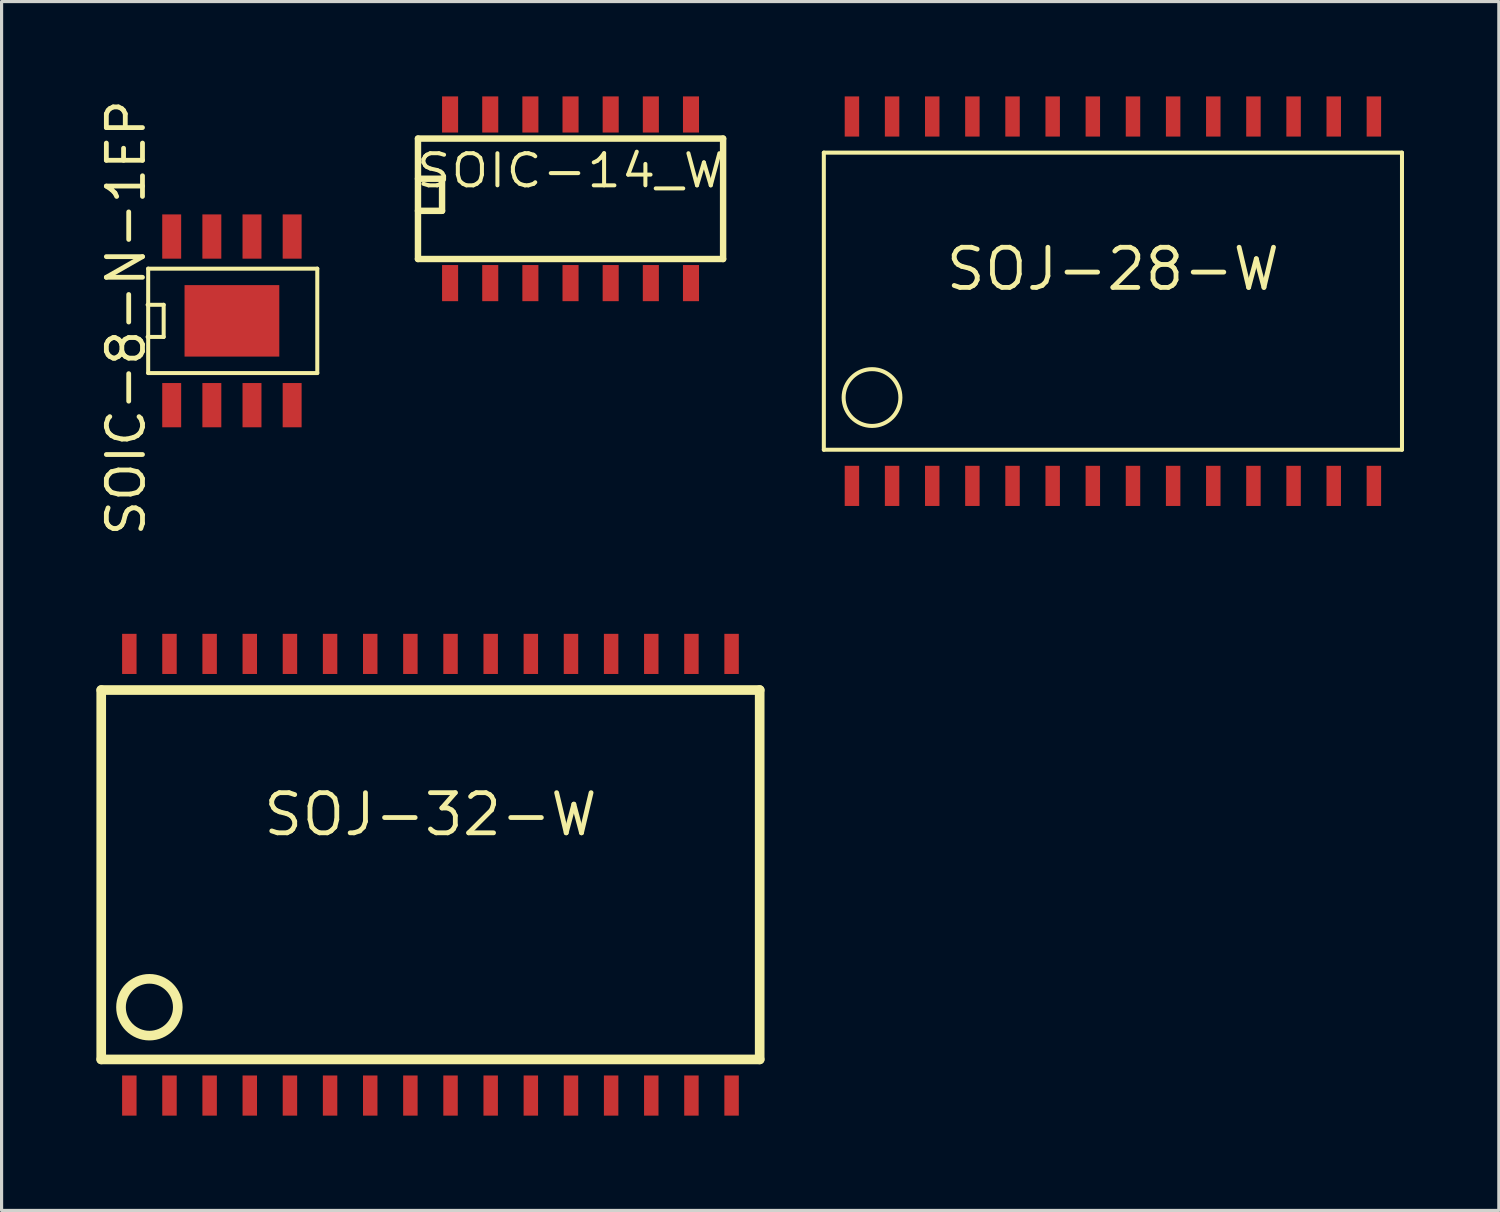
<source format=kicad_pcb>
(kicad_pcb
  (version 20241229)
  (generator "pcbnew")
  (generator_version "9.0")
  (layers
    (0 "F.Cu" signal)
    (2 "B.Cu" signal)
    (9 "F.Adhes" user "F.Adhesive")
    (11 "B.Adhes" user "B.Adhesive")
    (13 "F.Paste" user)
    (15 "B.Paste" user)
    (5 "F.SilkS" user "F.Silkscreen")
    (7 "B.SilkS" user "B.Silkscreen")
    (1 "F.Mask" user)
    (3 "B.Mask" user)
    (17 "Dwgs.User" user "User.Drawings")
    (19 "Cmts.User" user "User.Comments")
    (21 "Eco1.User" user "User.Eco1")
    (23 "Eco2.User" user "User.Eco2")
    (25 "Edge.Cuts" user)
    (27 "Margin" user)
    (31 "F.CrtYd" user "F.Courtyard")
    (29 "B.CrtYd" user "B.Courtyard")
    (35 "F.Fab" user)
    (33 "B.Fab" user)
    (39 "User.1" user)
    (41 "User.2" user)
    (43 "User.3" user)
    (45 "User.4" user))
  (footprint "SOJ-28-W"
    (layer "F.Cu")
    (at 32.153 6.477)
    (property "Reference" "SOJ-28-W" (at 0 -1.016 0) (layer "F.SilkS") (effects (font (size 1.27 1.27) (thickness 0.152))))
    (attr smd)
    (fp_line (start -9.144 -4.699) (end -9.144 4.699) (stroke (width 0.127) (type solid)) (layer "F.SilkS"))
    (fp_line (start -9.144 -4.699) (end 9.144 -4.699) (stroke (width 0.127) (type solid)) (layer "F.SilkS"))
    (fp_line (start 9.144 4.699) (end -9.144 4.699) (stroke (width 0.127) (type solid)) (layer "F.SilkS"))
    (fp_line (start 9.144 4.699) (end 9.144 -4.699) (stroke (width 0.127) (type solid)) (layer "F.SilkS"))
    (fp_circle (center -7.62 3.048) (end -8.255 2.413) (stroke (width 0.127) (type solid)) (fill no) (layer "F.SilkS"))
    (pad "1" smd rect (at -8.255 5.842) (size 0.457 1.27) (layers "F.Cu" "F.Mask" "F.Paste"))
    (pad "2" smd rect (at -6.985 5.842) (size 0.457 1.27) (layers "F.Cu" "F.Mask" "F.Paste"))
    (pad "3" smd rect (at -5.715 5.842) (size 0.457 1.27) (layers "F.Cu" "F.Mask" "F.Paste"))
    (pad "4" smd rect (at -4.445 5.842) (size 0.457 1.27) (layers "F.Cu" "F.Mask" "F.Paste"))
    (pad "5" smd rect (at -3.175 5.842) (size 0.457 1.27) (layers "F.Cu" "F.Mask" "F.Paste"))
    (pad "6" smd rect (at -1.905 5.842) (size 0.457 1.27) (layers "F.Cu" "F.Mask" "F.Paste"))
    (pad "7" smd rect (at -0.635 5.842) (size 0.457 1.27) (layers "F.Cu" "F.Mask" "F.Paste"))
    (pad "8" smd rect (at 0.635 5.842) (size 0.457 1.27) (layers "F.Cu" "F.Mask" "F.Paste"))
    (pad "9" smd rect (at 1.905 5.842) (size 0.457 1.27) (layers "F.Cu" "F.Mask" "F.Paste"))
    (pad "10" smd rect (at 3.175 5.842) (size 0.457 1.27) (layers "F.Cu" "F.Mask" "F.Paste"))
    (pad "11" smd rect (at 4.445 5.842) (size 0.457 1.27) (layers "F.Cu" "F.Mask" "F.Paste"))
    (pad "12" smd rect (at 5.715 5.842) (size 0.457 1.27) (layers "F.Cu" "F.Mask" "F.Paste"))
    (pad "13" smd rect (at 6.985 5.842) (size 0.457 1.27) (layers "F.Cu" "F.Mask" "F.Paste"))
    (pad "14" smd rect (at 8.255 5.842) (size 0.457 1.27) (layers "F.Cu" "F.Mask" "F.Paste"))
    (pad "15" smd rect (at 8.255 -5.842) (size 0.457 1.27) (layers "F.Cu" "F.Mask" "F.Paste"))
    (pad "16" smd rect (at 6.985 -5.842) (size 0.457 1.27) (layers "F.Cu" "F.Mask" "F.Paste"))
    (pad "17" smd rect (at 5.715 -5.842) (size 0.457 1.27) (layers "F.Cu" "F.Mask" "F.Paste"))
    (pad "18" smd rect (at 4.445 -5.842) (size 0.457 1.27) (layers "F.Cu" "F.Mask" "F.Paste"))
    (pad "19" smd rect (at 3.175 -5.842) (size 0.457 1.27) (layers "F.Cu" "F.Mask" "F.Paste"))
    (pad "20" smd rect (at 1.905 -5.842) (size 0.457 1.27) (layers "F.Cu" "F.Mask" "F.Paste"))
    (pad "21" smd rect (at 0.635 -5.842) (size 0.457 1.27) (layers "F.Cu" "F.Mask" "F.Paste"))
    (pad "22" smd rect (at -0.635 -5.842) (size 0.457 1.27) (layers "F.Cu" "F.Mask" "F.Paste"))
    (pad "23" smd rect (at -1.905 -5.842) (size 0.457 1.27) (layers "F.Cu" "F.Mask" "F.Paste"))
    (pad "24" smd rect (at -3.175 -5.842) (size 0.457 1.27) (layers "F.Cu" "F.Mask" "F.Paste"))
    (pad "25" smd rect (at -4.445 -5.842) (size 0.457 1.27) (layers "F.Cu" "F.Mask" "F.Paste"))
    (pad "26" smd rect (at -5.715 -5.842) (size 0.457 1.27) (layers "F.Cu" "F.Mask" "F.Paste"))
    (pad "27" smd rect (at -6.985 -5.842) (size 0.457 1.27) (layers "F.Cu" "F.Mask" "F.Paste"))
    (pad "28" smd rect (at -8.255 -5.842) (size 0.457 1.27) (layers "F.Cu" "F.Mask" "F.Paste")))
  (footprint "SOIC-14_W"
    (layer "F.Cu")
    (at 14.997 3.111)
    (property "Reference" "SOIC-14_W" (at 0 -0.762 0) (layer "F.SilkS") (effects (font (size 1.016 1.143) (thickness 0.127))))
    (attr smd)
    (fp_line (start -4.826 -1.778) (end 4.826 -1.778) (stroke (width 0.203) (type solid)) (layer "F.SilkS"))
    (fp_line (start -4.826 -0.508) (end -4.064 -0.508) (stroke (width 0.203) (type solid)) (layer "F.SilkS"))
    (fp_line (start -4.826 2.032) (end -4.826 -1.778) (stroke (width 0.203) (type solid)) (layer "F.SilkS"))
    (fp_line (start -4.064 -0.508) (end -4.064 0.508) (stroke (width 0.203) (type solid)) (layer "F.SilkS"))
    (fp_line (start -4.064 0.508) (end -4.826 0.508) (stroke (width 0.203) (type solid)) (layer "F.SilkS"))
    (fp_line (start 4.826 -1.778) (end 4.826 2.032) (stroke (width 0.203) (type solid)) (layer "F.SilkS"))
    (fp_line (start 4.826 2.032) (end -4.826 2.032) (stroke (width 0.203) (type solid)) (layer "F.SilkS"))
    (pad "1" smd rect (at -3.81 2.794) (size 0.508 1.143) (layers "F.Cu" "F.Mask" "F.Paste"))
    (pad "2" smd rect (at -2.54 2.794) (size 0.508 1.143) (layers "F.Cu" "F.Mask" "F.Paste"))
    (pad "3" smd rect (at -1.27 2.794) (size 0.508 1.143) (layers "F.Cu" "F.Mask" "F.Paste"))
    (pad "4" smd rect (at 0 2.794) (size 0.508 1.143) (layers "F.Cu" "F.Mask" "F.Paste"))
    (pad "5" smd rect (at 1.27 2.794) (size 0.508 1.143) (layers "F.Cu" "F.Mask" "F.Paste"))
    (pad "6" smd rect (at 2.54 2.794) (size 0.508 1.143) (layers "F.Cu" "F.Mask" "F.Paste"))
    (pad "7" smd rect (at 3.81 2.794) (size 0.508 1.143) (layers "F.Cu" "F.Mask" "F.Paste"))
    (pad "8" smd rect (at 3.81 -2.54) (size 0.508 1.143) (layers "F.Cu" "F.Mask" "F.Paste"))
    (pad "9" smd rect (at 2.54 -2.54) (size 0.508 1.143) (layers "F.Cu" "F.Mask" "F.Paste"))
    (pad "10" smd rect (at 1.27 -2.54) (size 0.508 1.143) (layers "F.Cu" "F.Mask" "F.Paste"))
    (pad "11" smd rect (at 0 -2.54) (size 0.508 1.143) (layers "F.Cu" "F.Mask" "F.Paste"))
    (pad "12" smd rect (at -1.27 -2.54) (size 0.508 1.143) (layers "F.Cu" "F.Mask" "F.Paste"))
    (pad "13" smd rect (at -2.54 -2.54) (size 0.508 1.143) (layers "F.Cu" "F.Mask" "F.Paste"))
    (pad "14" smd rect (at -3.81 -2.54) (size 0.508 1.143) (layers "F.Cu" "F.Mask" "F.Paste")))
  (footprint "SOJ-32-W"
    (layer "F.Cu")
    (at 10.566 24.619)
    (property "Reference" "SOJ-32-W" (at 0 -1.905 0) (layer "F.SilkS") (effects (font (size 1.27 1.27) (thickness 0.152))))
    (attr smd)
    (fp_line (start -10.414 -5.842) (end 10.414 -5.842) (stroke (width 0.305) (type solid)) (layer "F.SilkS"))
    (fp_line (start -10.414 5.842) (end -10.414 -5.842) (stroke (width 0.305) (type solid)) (layer "F.SilkS"))
    (fp_line (start 10.414 -5.842) (end 10.414 5.842) (stroke (width 0.305) (type solid)) (layer "F.SilkS"))
    (fp_line (start 10.414 5.842) (end -10.414 5.842) (stroke (width 0.305) (type solid)) (layer "F.SilkS"))
    (fp_circle (center -8.89 4.191) (end -9.525 3.556) (stroke (width 0.305) (type solid)) (fill no) (layer "F.SilkS"))
    (pad "1" smd rect (at -9.525 6.985) (size 0.457 1.27) (layers "F.Cu" "F.Mask" "F.Paste"))
    (pad "2" smd rect (at -8.255 6.985) (size 0.457 1.27) (layers "F.Cu" "F.Mask" "F.Paste"))
    (pad "3" smd rect (at -6.985 6.985) (size 0.457 1.27) (layers "F.Cu" "F.Mask" "F.Paste"))
    (pad "4" smd rect (at -5.715 6.985) (size 0.457 1.27) (layers "F.Cu" "F.Mask" "F.Paste"))
    (pad "5" smd rect (at -4.445 6.985) (size 0.457 1.27) (layers "F.Cu" "F.Mask" "F.Paste"))
    (pad "6" smd rect (at -3.175 6.985) (size 0.457 1.27) (layers "F.Cu" "F.Mask" "F.Paste"))
    (pad "7" smd rect (at -1.905 6.985) (size 0.457 1.27) (layers "F.Cu" "F.Mask" "F.Paste"))
    (pad "8" smd rect (at -0.635 6.985) (size 0.457 1.27) (layers "F.Cu" "F.Mask" "F.Paste"))
    (pad "9" smd rect (at 0.635 6.985) (size 0.457 1.27) (layers "F.Cu" "F.Mask" "F.Paste"))
    (pad "10" smd rect (at 1.905 6.985) (size 0.457 1.27) (layers "F.Cu" "F.Mask" "F.Paste"))
    (pad "11" smd rect (at 3.175 6.985) (size 0.457 1.27) (layers "F.Cu" "F.Mask" "F.Paste"))
    (pad "12" smd rect (at 4.445 6.985) (size 0.457 1.27) (layers "F.Cu" "F.Mask" "F.Paste"))
    (pad "13" smd rect (at 5.715 6.985) (size 0.457 1.27) (layers "F.Cu" "F.Mask" "F.Paste"))
    (pad "14" smd rect (at 6.985 6.985) (size 0.457 1.27) (layers "F.Cu" "F.Mask" "F.Paste"))
    (pad "15" smd rect (at 8.255 6.985) (size 0.457 1.27) (layers "F.Cu" "F.Mask" "F.Paste"))
    (pad "16" smd rect (at 9.525 6.985) (size 0.457 1.27) (layers "F.Cu" "F.Mask" "F.Paste"))
    (pad "17" smd rect (at 9.525 -6.985) (size 0.457 1.27) (layers "F.Cu" "F.Mask" "F.Paste"))
    (pad "18" smd rect (at 8.255 -6.985) (size 0.457 1.27) (layers "F.Cu" "F.Mask" "F.Paste"))
    (pad "19" smd rect (at 6.985 -6.985) (size 0.457 1.27) (layers "F.Cu" "F.Mask" "F.Paste"))
    (pad "20" smd rect (at 5.715 -6.985) (size 0.457 1.27) (layers "F.Cu" "F.Mask" "F.Paste"))
    (pad "21" smd rect (at 4.445 -6.985) (size 0.457 1.27) (layers "F.Cu" "F.Mask" "F.Paste"))
    (pad "22" smd rect (at 3.175 -6.985) (size 0.457 1.27) (layers "F.Cu" "F.Mask" "F.Paste"))
    (pad "23" smd rect (at 1.905 -6.985) (size 0.457 1.27) (layers "F.Cu" "F.Mask" "F.Paste"))
    (pad "24" smd rect (at 0.635 -6.985) (size 0.457 1.27) (layers "F.Cu" "F.Mask" "F.Paste"))
    (pad "25" smd rect (at -0.635 -6.985) (size 0.457 1.27) (layers "F.Cu" "F.Mask" "F.Paste"))
    (pad "26" smd rect (at -1.905 -6.985) (size 0.457 1.27) (layers "F.Cu" "F.Mask" "F.Paste"))
    (pad "27" smd rect (at -3.175 -6.985) (size 0.457 1.27) (layers "F.Cu" "F.Mask" "F.Paste"))
    (pad "28" smd rect (at -4.445 -6.985) (size 0.457 1.27) (layers "F.Cu" "F.Mask" "F.Paste"))
    (pad "29" smd rect (at -5.715 -6.985) (size 0.457 1.27) (layers "F.Cu" "F.Mask" "F.Paste"))
    (pad "30" smd rect (at -6.985 -6.985) (size 0.457 1.27) (layers "F.Cu" "F.Mask" "F.Paste"))
    (pad "31" smd rect (at -8.255 -6.985) (size 0.457 1.27) (layers "F.Cu" "F.Mask" "F.Paste"))
    (pad "32" smd rect (at -9.525 -6.985) (size 0.457 1.27) (layers "F.Cu" "F.Mask" "F.Paste")))
  (footprint "SOIC-8-N-1EP"
    (layer "F.Cu")
    (at 4.286 7.099)
    (property "Reference" "SOIC-8-N-1EP" (at -3.35 -0.099 90) (layer "F.SilkS") (effects (font (size 1.143 1.143) (thickness 0.152))))
    (attr smd)
    (fp_line (start -2.667 -0.508) (end -2.159 -0.508) (stroke (width 0.127) (type solid)) (layer "F.SilkS"))
    (fp_line (start -2.649 -1.651) (end -2.649 1.651) (stroke (width 0.127) (type solid)) (layer "F.SilkS"))
    (fp_line (start -2.649 -1.651) (end 2.7 -1.651) (stroke (width 0.127) (type solid)) (layer "F.SilkS"))
    (fp_line (start -2.159 -0.508) (end -2.159 0.508) (stroke (width 0.127) (type solid)) (layer "F.SilkS"))
    (fp_line (start -2.159 0.508) (end -2.667 0.508) (stroke (width 0.127) (type solid)) (layer "F.SilkS"))
    (fp_line (start 2.7 -1.651) (end 2.7 1.651) (stroke (width 0.127) (type solid)) (layer "F.SilkS"))
    (fp_line (start 2.7 1.651) (end -2.649 1.651) (stroke (width 0.127) (type solid)) (layer "F.SilkS"))
    (pad "1" smd rect (at -1.905 2.667) (size 0.599 1.4) (layers "F.Cu" "F.Mask" "F.Paste"))
    (pad "2" smd rect (at -0.635 2.667) (size 0.599 1.4) (layers "F.Cu" "F.Mask" "F.Paste"))
    (pad "3" smd rect (at 0.635 2.667) (size 0.599 1.4) (layers "F.Cu" "F.Mask" "F.Paste"))
    (pad "4" smd rect (at 1.905 2.667) (size 0.599 1.4) (layers "F.Cu" "F.Mask" "F.Paste"))
    (pad "5" smd rect (at 1.905 -2.667) (size 0.599 1.4) (layers "F.Cu" "F.Mask" "F.Paste"))
    (pad "6" smd rect (at 0.635 -2.667) (size 0.599 1.4) (layers "F.Cu" "F.Mask" "F.Paste"))
    (pad "7" smd rect (at -0.635 -2.667) (size 0.599 1.4) (layers "F.Cu" "F.Mask" "F.Paste"))
    (pad "8" smd rect (at -1.905 -2.667) (size 0.599 1.4) (layers "F.Cu" "F.Mask" "F.Paste"))
    (pad "9" smd rect (at 0 0) (size 2.997 2.261) (layers "F.Cu" "F.Mask" "F.Paste")))
  (gr_rect
    (start -3 -3)
    (end 44.36 35.239)
    (stroke (width 0.1) (type default))
    (fill no)
    (layer "Edge.Cuts")))
</source>
